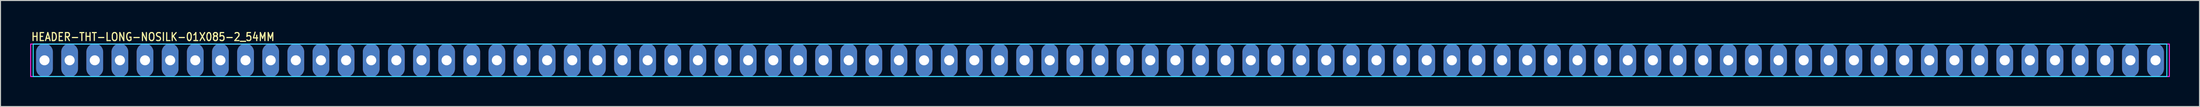
<source format=kicad_pcb>
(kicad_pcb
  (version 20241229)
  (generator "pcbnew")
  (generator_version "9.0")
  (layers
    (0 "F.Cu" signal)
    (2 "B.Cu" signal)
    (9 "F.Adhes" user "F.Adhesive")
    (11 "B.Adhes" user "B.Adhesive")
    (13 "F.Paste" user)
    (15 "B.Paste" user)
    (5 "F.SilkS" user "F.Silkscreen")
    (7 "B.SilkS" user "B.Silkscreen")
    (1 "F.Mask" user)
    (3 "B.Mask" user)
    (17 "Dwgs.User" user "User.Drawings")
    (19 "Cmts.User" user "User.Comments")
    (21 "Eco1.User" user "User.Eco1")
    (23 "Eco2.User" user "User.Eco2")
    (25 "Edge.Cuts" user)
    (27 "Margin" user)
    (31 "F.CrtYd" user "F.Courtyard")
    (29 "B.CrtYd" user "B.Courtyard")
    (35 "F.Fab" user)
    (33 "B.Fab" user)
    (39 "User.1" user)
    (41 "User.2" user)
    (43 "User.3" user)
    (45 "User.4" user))
  (footprint "HEADER-THT-LONG-NOSILK-01X085-2_54MM"
    (layer "F.Cu")
    (at 1.447 3.079)
    (property "Reference" "HEADER-THT-LONG-NOSILK-01X085-2_54MM" (at -1.4 -1.9 0) (unlocked yes) (layer "F.SilkS") (effects (font (size 0.813 0.695) (thickness 0.122)) (justify left bottom)))
    (fp_poly (pts (xy -1.143 -1.651) (xy 214.503 -1.651) (xy 214.503 1.651) (xy -1.143 1.651)) (stroke (width 0.1) (type solid)) (fill no) (layer "B.CrtYd"))
    (fp_poly (pts (xy -1.397 -1.651) (xy 214.757 -1.651) (xy 214.757 1.651) (xy -1.397 1.651)) (stroke (width 0.1) (type solid)) (fill no) (layer "F.CrtYd"))
    (pad "P$1" thru_hole oval (at 0 0 90) (size 3.387 1.693) (drill 1.016) (layers "*.Cu" "*.Mask"))
    (pad "P$2" thru_hole oval (at 2.54 0 90) (size 3.387 1.693) (drill 1.016) (layers "*.Cu" "*.Mask"))
    (pad "P$3" thru_hole oval (at 5.08 0 90) (size 3.387 1.693) (drill 1.016) (layers "*.Cu" "*.Mask"))
    (pad "P$4" thru_hole oval (at 7.62 0 90) (size 3.387 1.693) (drill 1.016) (layers "*.Cu" "*.Mask"))
    (pad "P$5" thru_hole oval (at 10.16 0 90) (size 3.387 1.693) (drill 1.016) (layers "*.Cu" "*.Mask"))
    (pad "P$6" thru_hole oval (at 12.7 0 90) (size 3.387 1.693) (drill 1.016) (layers "*.Cu" "*.Mask"))
    (pad "P$7" thru_hole oval (at 15.24 0 90) (size 3.387 1.693) (drill 1.016) (layers "*.Cu" "*.Mask"))
    (pad "P$8" thru_hole oval (at 17.78 0 90) (size 3.387 1.693) (drill 1.016) (layers "*.Cu" "*.Mask"))
    (pad "P$9" thru_hole oval (at 20.32 0 90) (size 3.387 1.693) (drill 1.016) (layers "*.Cu" "*.Mask"))
    (pad "P$10" thru_hole oval (at 22.86 0 90) (size 3.387 1.693) (drill 1.016) (layers "*.Cu" "*.Mask"))
    (pad "P$11" thru_hole oval (at 25.4 0 90) (size 3.387 1.693) (drill 1.016) (layers "*.Cu" "*.Mask"))
    (pad "P$12" thru_hole oval (at 27.94 0 90) (size 3.387 1.693) (drill 1.016) (layers "*.Cu" "*.Mask"))
    (pad "P$13" thru_hole oval (at 30.48 0 90) (size 3.387 1.693) (drill 1.016) (layers "*.Cu" "*.Mask"))
    (pad "P$14" thru_hole oval (at 33.02 0 90) (size 3.387 1.693) (drill 1.016) (layers "*.Cu" "*.Mask"))
    (pad "P$15" thru_hole oval (at 35.56 0 90) (size 3.387 1.693) (drill 1.016) (layers "*.Cu" "*.Mask"))
    (pad "P$16" thru_hole oval (at 38.1 0 90) (size 3.387 1.693) (drill 1.016) (layers "*.Cu" "*.Mask"))
    (pad "P$17" thru_hole oval (at 40.64 0 90) (size 3.387 1.693) (drill 1.016) (layers "*.Cu" "*.Mask"))
    (pad "P$18" thru_hole oval (at 43.18 0 90) (size 3.387 1.693) (drill 1.016) (layers "*.Cu" "*.Mask"))
    (pad "P$19" thru_hole oval (at 45.72 0 90) (size 3.387 1.693) (drill 1.016) (layers "*.Cu" "*.Mask"))
    (pad "P$20" thru_hole oval (at 48.26 0 90) (size 3.387 1.693) (drill 1.016) (layers "*.Cu" "*.Mask"))
    (pad "P$21" thru_hole oval (at 50.8 0 90) (size 3.387 1.693) (drill 1.016) (layers "*.Cu" "*.Mask"))
    (pad "P$22" thru_hole oval (at 53.34 0 90) (size 3.387 1.693) (drill 1.016) (layers "*.Cu" "*.Mask"))
    (pad "P$23" thru_hole oval (at 55.88 0 90) (size 3.387 1.693) (drill 1.016) (layers "*.Cu" "*.Mask"))
    (pad "P$24" thru_hole oval (at 58.42 0 90) (size 3.387 1.693) (drill 1.016) (layers "*.Cu" "*.Mask"))
    (pad "P$25" thru_hole oval (at 60.96 0 90) (size 3.387 1.693) (drill 1.016) (layers "*.Cu" "*.Mask"))
    (pad "P$26" thru_hole oval (at 63.5 0 90) (size 3.387 1.693) (drill 1.016) (layers "*.Cu" "*.Mask"))
    (pad "P$27" thru_hole oval (at 66.04 0 90) (size 3.387 1.693) (drill 1.016) (layers "*.Cu" "*.Mask"))
    (pad "P$28" thru_hole oval (at 68.58 0 90) (size 3.387 1.693) (drill 1.016) (layers "*.Cu" "*.Mask"))
    (pad "P$29" thru_hole oval (at 71.12 0 90) (size 3.387 1.693) (drill 1.016) (layers "*.Cu" "*.Mask"))
    (pad "P$30" thru_hole oval (at 73.66 0 90) (size 3.387 1.693) (drill 1.016) (layers "*.Cu" "*.Mask"))
    (pad "P$31" thru_hole oval (at 76.2 0 90) (size 3.387 1.693) (drill 1.016) (layers "*.Cu" "*.Mask"))
    (pad "P$32" thru_hole oval (at 78.74 0 90) (size 3.387 1.693) (drill 1.016) (layers "*.Cu" "*.Mask"))
    (pad "P$33" thru_hole oval (at 81.28 0 90) (size 3.387 1.693) (drill 1.016) (layers "*.Cu" "*.Mask"))
    (pad "P$34" thru_hole oval (at 83.82 0 90) (size 3.387 1.693) (drill 1.016) (layers "*.Cu" "*.Mask"))
    (pad "P$35" thru_hole oval (at 86.36 0 90) (size 3.387 1.693) (drill 1.016) (layers "*.Cu" "*.Mask"))
    (pad "P$36" thru_hole oval (at 88.9 0 90) (size 3.387 1.693) (drill 1.016) (layers "*.Cu" "*.Mask"))
    (pad "P$37" thru_hole oval (at 91.44 0 90) (size 3.387 1.693) (drill 1.016) (layers "*.Cu" "*.Mask"))
    (pad "P$38" thru_hole oval (at 93.98 0 90) (size 3.387 1.693) (drill 1.016) (layers "*.Cu" "*.Mask"))
    (pad "P$39" thru_hole oval (at 96.52 0 90) (size 3.387 1.693) (drill 1.016) (layers "*.Cu" "*.Mask"))
    (pad "P$40" thru_hole oval (at 99.06 0 90) (size 3.387 1.693) (drill 1.016) (layers "*.Cu" "*.Mask"))
    (pad "P$41" thru_hole oval (at 101.6 0 90) (size 3.387 1.693) (drill 1.016) (layers "*.Cu" "*.Mask"))
    (pad "P$42" thru_hole oval (at 104.14 0 90) (size 3.387 1.693) (drill 1.016) (layers "*.Cu" "*.Mask"))
    (pad "P$43" thru_hole oval (at 106.68 0 90) (size 3.387 1.693) (drill 1.016) (layers "*.Cu" "*.Mask"))
    (pad "P$44" thru_hole oval (at 109.22 0 90) (size 3.387 1.693) (drill 1.016) (layers "*.Cu" "*.Mask"))
    (pad "P$45" thru_hole oval (at 111.76 0 90) (size 3.387 1.693) (drill 1.016) (layers "*.Cu" "*.Mask"))
    (pad "P$46" thru_hole oval (at 114.3 0 90) (size 3.387 1.693) (drill 1.016) (layers "*.Cu" "*.Mask"))
    (pad "P$47" thru_hole oval (at 116.84 0 90) (size 3.387 1.693) (drill 1.016) (layers "*.Cu" "*.Mask"))
    (pad "P$48" thru_hole oval (at 119.38 0 90) (size 3.387 1.693) (drill 1.016) (layers "*.Cu" "*.Mask"))
    (pad "P$49" thru_hole oval (at 121.92 0 90) (size 3.387 1.693) (drill 1.016) (layers "*.Cu" "*.Mask"))
    (pad "P$50" thru_hole oval (at 124.46 0 90) (size 3.387 1.693) (drill 1.016) (layers "*.Cu" "*.Mask"))
    (pad "P$51" thru_hole oval (at 127 0 90) (size 3.387 1.693) (drill 1.016) (layers "*.Cu" "*.Mask"))
    (pad "P$52" thru_hole oval (at 129.54 0 90) (size 3.387 1.693) (drill 1.016) (layers "*.Cu" "*.Mask"))
    (pad "P$53" thru_hole oval (at 132.08 0 90) (size 3.387 1.693) (drill 1.016) (layers "*.Cu" "*.Mask"))
    (pad "P$54" thru_hole oval (at 134.62 0 90) (size 3.387 1.693) (drill 1.016) (layers "*.Cu" "*.Mask"))
    (pad "P$55" thru_hole oval (at 137.16 0 90) (size 3.387 1.693) (drill 1.016) (layers "*.Cu" "*.Mask"))
    (pad "P$56" thru_hole oval (at 139.7 0 90) (size 3.387 1.693) (drill 1.016) (layers "*.Cu" "*.Mask"))
    (pad "P$57" thru_hole oval (at 142.24 0 90) (size 3.387 1.693) (drill 1.016) (layers "*.Cu" "*.Mask"))
    (pad "P$58" thru_hole oval (at 144.78 0 90) (size 3.387 1.693) (drill 1.016) (layers "*.Cu" "*.Mask"))
    (pad "P$59" thru_hole oval (at 147.32 0 90) (size 3.387 1.693) (drill 1.016) (layers "*.Cu" "*.Mask"))
    (pad "P$60" thru_hole oval (at 149.86 0 90) (size 3.387 1.693) (drill 1.016) (layers "*.Cu" "*.Mask"))
    (pad "P$61" thru_hole oval (at 152.4 0 90) (size 3.387 1.693) (drill 1.016) (layers "*.Cu" "*.Mask"))
    (pad "P$62" thru_hole oval (at 154.94 0 90) (size 3.387 1.693) (drill 1.016) (layers "*.Cu" "*.Mask"))
    (pad "P$63" thru_hole oval (at 157.48 0 90) (size 3.387 1.693) (drill 1.016) (layers "*.Cu" "*.Mask"))
    (pad "P$64" thru_hole oval (at 160.02 0 90) (size 3.387 1.693) (drill 1.016) (layers "*.Cu" "*.Mask"))
    (pad "P$65" thru_hole oval (at 162.56 0 90) (size 3.387 1.693) (drill 1.016) (layers "*.Cu" "*.Mask"))
    (pad "P$66" thru_hole oval (at 165.1 0 90) (size 3.387 1.693) (drill 1.016) (layers "*.Cu" "*.Mask"))
    (pad "P$67" thru_hole oval (at 167.64 0 90) (size 3.387 1.693) (drill 1.016) (layers "*.Cu" "*.Mask"))
    (pad "P$68" thru_hole oval (at 170.18 0 90) (size 3.387 1.693) (drill 1.016) (layers "*.Cu" "*.Mask"))
    (pad "P$69" thru_hole oval (at 172.72 0 90) (size 3.387 1.693) (drill 1.016) (layers "*.Cu" "*.Mask"))
    (pad "P$70" thru_hole oval (at 175.26 0 90) (size 3.387 1.693) (drill 1.016) (layers "*.Cu" "*.Mask"))
    (pad "P$71" thru_hole oval (at 177.8 0 90) (size 3.387 1.693) (drill 1.016) (layers "*.Cu" "*.Mask"))
    (pad "P$72" thru_hole oval (at 180.34 0 90) (size 3.387 1.693) (drill 1.016) (layers "*.Cu" "*.Mask"))
    (pad "P$73" thru_hole oval (at 182.88 0 90) (size 3.387 1.693) (drill 1.016) (layers "*.Cu" "*.Mask"))
    (pad "P$74" thru_hole oval (at 185.42 0 90) (size 3.387 1.693) (drill 1.016) (layers "*.Cu" "*.Mask"))
    (pad "P$75" thru_hole oval (at 187.96 0 90) (size 3.387 1.693) (drill 1.016) (layers "*.Cu" "*.Mask"))
    (pad "P$76" thru_hole oval (at 190.5 0 90) (size 3.387 1.693) (drill 1.016) (layers "*.Cu" "*.Mask"))
    (pad "P$77" thru_hole oval (at 193.04 0 90) (size 3.387 1.693) (drill 1.016) (layers "*.Cu" "*.Mask"))
    (pad "P$78" thru_hole oval (at 195.58 0 90) (size 3.387 1.693) (drill 1.016) (layers "*.Cu" "*.Mask"))
    (pad "P$79" thru_hole oval (at 198.12 0 90) (size 3.387 1.693) (drill 1.016) (layers "*.Cu" "*.Mask"))
    (pad "P$80" thru_hole oval (at 200.66 0 90) (size 3.387 1.693) (drill 1.016) (layers "*.Cu" "*.Mask"))
    (pad "P$81" thru_hole oval (at 203.2 0 90) (size 3.387 1.693) (drill 1.016) (layers "*.Cu" "*.Mask"))
    (pad "P$82" thru_hole oval (at 205.74 0 90) (size 3.387 1.693) (drill 1.016) (layers "*.Cu" "*.Mask"))
    (pad "P$83" thru_hole oval (at 208.28 0 90) (size 3.387 1.693) (drill 1.016) (layers "*.Cu" "*.Mask"))
    (pad "P$84" thru_hole oval (at 210.82 0 90) (size 3.387 1.693) (drill 1.016) (layers "*.Cu" "*.Mask"))
    (pad "P$85" thru_hole oval (at 213.36 0 90) (size 3.387 1.693) (drill 1.016) (layers "*.Cu" "*.Mask")))
  (gr_rect
    (start -3 -3)
    (end 219.254 7.78)
    (stroke (width 0.1) (type default))
    (fill no)
    (layer "Edge.Cuts")))
</source>
